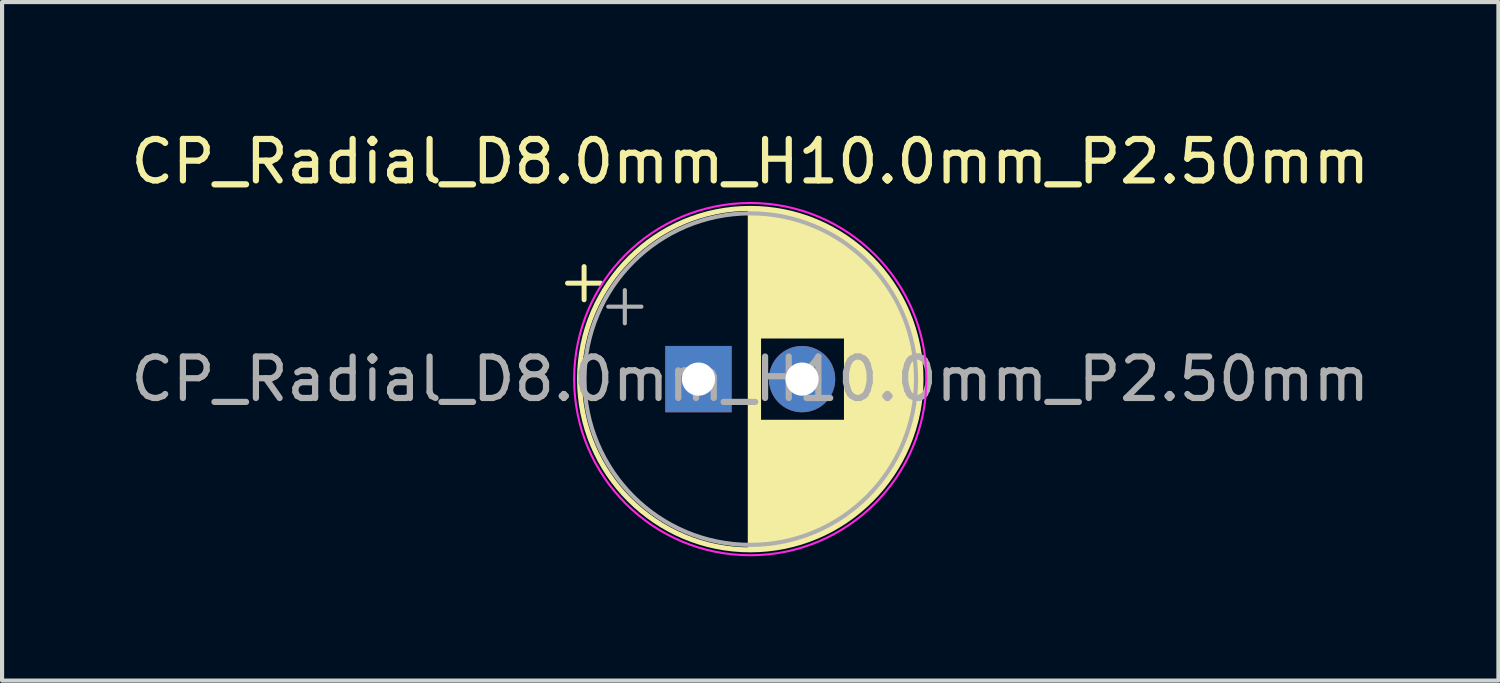
<source format=kicad_pcb>
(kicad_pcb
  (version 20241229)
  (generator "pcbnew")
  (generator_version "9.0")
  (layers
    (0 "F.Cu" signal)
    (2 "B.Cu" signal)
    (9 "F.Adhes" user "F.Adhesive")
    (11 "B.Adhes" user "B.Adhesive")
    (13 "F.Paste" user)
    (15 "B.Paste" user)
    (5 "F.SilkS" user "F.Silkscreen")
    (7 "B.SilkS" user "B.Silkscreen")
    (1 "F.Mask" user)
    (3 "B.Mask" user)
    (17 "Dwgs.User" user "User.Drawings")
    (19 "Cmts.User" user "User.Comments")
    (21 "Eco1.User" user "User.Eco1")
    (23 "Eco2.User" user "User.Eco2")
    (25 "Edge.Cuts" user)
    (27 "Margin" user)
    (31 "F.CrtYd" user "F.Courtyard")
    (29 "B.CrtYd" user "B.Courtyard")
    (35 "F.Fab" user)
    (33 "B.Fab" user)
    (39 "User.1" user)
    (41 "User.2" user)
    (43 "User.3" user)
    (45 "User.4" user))
  (footprint "CP_Radial_D8.0mm_H10.0mm_P2.50mm"
    (layer "F.Cu")
    (at 13.804 6.098)
    (property "Reference" "CP_Radial_D8.0mm_H10.0mm_P2.50mm" (at 1.25 -5.25 0) (layer "F.SilkS") (effects (font (size 1 1) (thickness 0.15))))
    (attr through_hole)
    (fp_line (start -3.16 -2.315) (end -2.36 -2.315) (stroke (width 0.12) (type solid)) (layer "F.SilkS"))
    (fp_line (start -2.76 -2.715) (end -2.76 -1.915) (stroke (width 0.12) (type solid)) (layer "F.SilkS"))
    (fp_line (start 1.25 -4.08) (end 1.25 4.08) (stroke (width 0.12) (type solid)) (layer "F.SilkS"))
    (fp_line (start 1.29 -4.08) (end 1.29 4.08) (stroke (width 0.12) (type solid)) (layer "F.SilkS"))
    (fp_line (start 1.33 -4.08) (end 1.33 4.08) (stroke (width 0.12) (type solid)) (layer "F.SilkS"))
    (fp_line (start 1.37 -4.079) (end 1.37 4.079) (stroke (width 0.12) (type solid)) (layer "F.SilkS"))
    (fp_line (start 1.41 -4.077) (end 1.41 4.077) (stroke (width 0.12) (type solid)) (layer "F.SilkS"))
    (fp_line (start 1.45 -4.076) (end 1.45 4.076) (stroke (width 0.12) (type solid)) (layer "F.SilkS"))
    (fp_line (start 1.49 -4.074) (end 1.49 -1.04) (stroke (width 0.12) (type solid)) (layer "F.SilkS"))
    (fp_line (start 1.49 1.04) (end 1.49 4.074) (stroke (width 0.12) (type solid)) (layer "F.SilkS"))
    (fp_line (start 1.53 -4.071) (end 1.53 -1.04) (stroke (width 0.12) (type solid)) (layer "F.SilkS"))
    (fp_line (start 1.53 1.04) (end 1.53 4.071) (stroke (width 0.12) (type solid)) (layer "F.SilkS"))
    (fp_line (start 1.57 -4.068) (end 1.57 -1.04) (stroke (width 0.12) (type solid)) (layer "F.SilkS"))
    (fp_line (start 1.57 1.04) (end 1.57 4.068) (stroke (width 0.12) (type solid)) (layer "F.SilkS"))
    (fp_line (start 1.61 -4.065) (end 1.61 -1.04) (stroke (width 0.12) (type solid)) (layer "F.SilkS"))
    (fp_line (start 1.61 1.04) (end 1.61 4.065) (stroke (width 0.12) (type solid)) (layer "F.SilkS"))
    (fp_line (start 1.65 -4.061) (end 1.65 -1.04) (stroke (width 0.12) (type solid)) (layer "F.SilkS"))
    (fp_line (start 1.65 1.04) (end 1.65 4.061) (stroke (width 0.12) (type solid)) (layer "F.SilkS"))
    (fp_line (start 1.69 -4.057) (end 1.69 -1.04) (stroke (width 0.12) (type solid)) (layer "F.SilkS"))
    (fp_line (start 1.69 1.04) (end 1.69 4.057) (stroke (width 0.12) (type solid)) (layer "F.SilkS"))
    (fp_line (start 1.73 -4.052) (end 1.73 -1.04) (stroke (width 0.12) (type solid)) (layer "F.SilkS"))
    (fp_line (start 1.73 1.04) (end 1.73 4.052) (stroke (width 0.12) (type solid)) (layer "F.SilkS"))
    (fp_line (start 1.77 -4.048) (end 1.77 -1.04) (stroke (width 0.12) (type solid)) (layer "F.SilkS"))
    (fp_line (start 1.77 1.04) (end 1.77 4.048) (stroke (width 0.12) (type solid)) (layer "F.SilkS"))
    (fp_line (start 1.81 -4.042) (end 1.81 -1.04) (stroke (width 0.12) (type solid)) (layer "F.SilkS"))
    (fp_line (start 1.81 1.04) (end 1.81 4.042) (stroke (width 0.12) (type solid)) (layer "F.SilkS"))
    (fp_line (start 1.85 -4.037) (end 1.85 -1.04) (stroke (width 0.12) (type solid)) (layer "F.SilkS"))
    (fp_line (start 1.85 1.04) (end 1.85 4.037) (stroke (width 0.12) (type solid)) (layer "F.SilkS"))
    (fp_line (start 1.89 -4.03) (end 1.89 -1.04) (stroke (width 0.12) (type solid)) (layer "F.SilkS"))
    (fp_line (start 1.89 1.04) (end 1.89 4.03) (stroke (width 0.12) (type solid)) (layer "F.SilkS"))
    (fp_line (start 1.93 -4.024) (end 1.93 -1.04) (stroke (width 0.12) (type solid)) (layer "F.SilkS"))
    (fp_line (start 1.93 1.04) (end 1.93 4.024) (stroke (width 0.12) (type solid)) (layer "F.SilkS"))
    (fp_line (start 1.971 -4.017) (end 1.971 -1.04) (stroke (width 0.12) (type solid)) (layer "F.SilkS"))
    (fp_line (start 1.971 1.04) (end 1.971 4.017) (stroke (width 0.12) (type solid)) (layer "F.SilkS"))
    (fp_line (start 2.011 -4.01) (end 2.011 -1.04) (stroke (width 0.12) (type solid)) (layer "F.SilkS"))
    (fp_line (start 2.011 1.04) (end 2.011 4.01) (stroke (width 0.12) (type solid)) (layer "F.SilkS"))
    (fp_line (start 2.051 -4.002) (end 2.051 -1.04) (stroke (width 0.12) (type solid)) (layer "F.SilkS"))
    (fp_line (start 2.051 1.04) (end 2.051 4.002) (stroke (width 0.12) (type solid)) (layer "F.SilkS"))
    (fp_line (start 2.091 -3.994) (end 2.091 -1.04) (stroke (width 0.12) (type solid)) (layer "F.SilkS"))
    (fp_line (start 2.091 1.04) (end 2.091 3.994) (stroke (width 0.12) (type solid)) (layer "F.SilkS"))
    (fp_line (start 2.131 -3.985) (end 2.131 -1.04) (stroke (width 0.12) (type solid)) (layer "F.SilkS"))
    (fp_line (start 2.131 1.04) (end 2.131 3.985) (stroke (width 0.12) (type solid)) (layer "F.SilkS"))
    (fp_line (start 2.171 -3.976) (end 2.171 -1.04) (stroke (width 0.12) (type solid)) (layer "F.SilkS"))
    (fp_line (start 2.171 1.04) (end 2.171 3.976) (stroke (width 0.12) (type solid)) (layer "F.SilkS"))
    (fp_line (start 2.211 -3.967) (end 2.211 -1.04) (stroke (width 0.12) (type solid)) (layer "F.SilkS"))
    (fp_line (start 2.211 1.04) (end 2.211 3.967) (stroke (width 0.12) (type solid)) (layer "F.SilkS"))
    (fp_line (start 2.251 -3.957) (end 2.251 -1.04) (stroke (width 0.12) (type solid)) (layer "F.SilkS"))
    (fp_line (start 2.251 1.04) (end 2.251 3.957) (stroke (width 0.12) (type solid)) (layer "F.SilkS"))
    (fp_line (start 2.291 -3.947) (end 2.291 -1.04) (stroke (width 0.12) (type solid)) (layer "F.SilkS"))
    (fp_line (start 2.291 1.04) (end 2.291 3.947) (stroke (width 0.12) (type solid)) (layer "F.SilkS"))
    (fp_line (start 2.331 -3.936) (end 2.331 -1.04) (stroke (width 0.12) (type solid)) (layer "F.SilkS"))
    (fp_line (start 2.331 1.04) (end 2.331 3.936) (stroke (width 0.12) (type solid)) (layer "F.SilkS"))
    (fp_line (start 2.371 -3.925) (end 2.371 -1.04) (stroke (width 0.12) (type solid)) (layer "F.SilkS"))
    (fp_line (start 2.371 1.04) (end 2.371 3.925) (stroke (width 0.12) (type solid)) (layer "F.SilkS"))
    (fp_line (start 2.411 -3.914) (end 2.411 -1.04) (stroke (width 0.12) (type solid)) (layer "F.SilkS"))
    (fp_line (start 2.411 1.04) (end 2.411 3.914) (stroke (width 0.12) (type solid)) (layer "F.SilkS"))
    (fp_line (start 2.451 -3.902) (end 2.451 -1.04) (stroke (width 0.12) (type solid)) (layer "F.SilkS"))
    (fp_line (start 2.451 1.04) (end 2.451 3.902) (stroke (width 0.12) (type solid)) (layer "F.SilkS"))
    (fp_line (start 2.491 -3.889) (end 2.491 -1.04) (stroke (width 0.12) (type solid)) (layer "F.SilkS"))
    (fp_line (start 2.491 1.04) (end 2.491 3.889) (stroke (width 0.12) (type solid)) (layer "F.SilkS"))
    (fp_line (start 2.531 -3.877) (end 2.531 -1.04) (stroke (width 0.12) (type solid)) (layer "F.SilkS"))
    (fp_line (start 2.531 1.04) (end 2.531 3.877) (stroke (width 0.12) (type solid)) (layer "F.SilkS"))
    (fp_line (start 2.571 -3.863) (end 2.571 -1.04) (stroke (width 0.12) (type solid)) (layer "F.SilkS"))
    (fp_line (start 2.571 1.04) (end 2.571 3.863) (stroke (width 0.12) (type solid)) (layer "F.SilkS"))
    (fp_line (start 2.611 -3.85) (end 2.611 -1.04) (stroke (width 0.12) (type solid)) (layer "F.SilkS"))
    (fp_line (start 2.611 1.04) (end 2.611 3.85) (stroke (width 0.12) (type solid)) (layer "F.SilkS"))
    (fp_line (start 2.651 -3.835) (end 2.651 -1.04) (stroke (width 0.12) (type solid)) (layer "F.SilkS"))
    (fp_line (start 2.651 1.04) (end 2.651 3.835) (stroke (width 0.12) (type solid)) (layer "F.SilkS"))
    (fp_line (start 2.691 -3.821) (end 2.691 -1.04) (stroke (width 0.12) (type solid)) (layer "F.SilkS"))
    (fp_line (start 2.691 1.04) (end 2.691 3.821) (stroke (width 0.12) (type solid)) (layer "F.SilkS"))
    (fp_line (start 2.731 -3.805) (end 2.731 -1.04) (stroke (width 0.12) (type solid)) (layer "F.SilkS"))
    (fp_line (start 2.731 1.04) (end 2.731 3.805) (stroke (width 0.12) (type solid)) (layer "F.SilkS"))
    (fp_line (start 2.771 -3.79) (end 2.771 -1.04) (stroke (width 0.12) (type solid)) (layer "F.SilkS"))
    (fp_line (start 2.771 1.04) (end 2.771 3.79) (stroke (width 0.12) (type solid)) (layer "F.SilkS"))
    (fp_line (start 2.811 -3.774) (end 2.811 -1.04) (stroke (width 0.12) (type solid)) (layer "F.SilkS"))
    (fp_line (start 2.811 1.04) (end 2.811 3.774) (stroke (width 0.12) (type solid)) (layer "F.SilkS"))
    (fp_line (start 2.851 -3.757) (end 2.851 -1.04) (stroke (width 0.12) (type solid)) (layer "F.SilkS"))
    (fp_line (start 2.851 1.04) (end 2.851 3.757) (stroke (width 0.12) (type solid)) (layer "F.SilkS"))
    (fp_line (start 2.891 -3.74) (end 2.891 -1.04) (stroke (width 0.12) (type solid)) (layer "F.SilkS"))
    (fp_line (start 2.891 1.04) (end 2.891 3.74) (stroke (width 0.12) (type solid)) (layer "F.SilkS"))
    (fp_line (start 2.931 -3.722) (end 2.931 -1.04) (stroke (width 0.12) (type solid)) (layer "F.SilkS"))
    (fp_line (start 2.931 1.04) (end 2.931 3.722) (stroke (width 0.12) (type solid)) (layer "F.SilkS"))
    (fp_line (start 2.971 -3.704) (end 2.971 -1.04) (stroke (width 0.12) (type solid)) (layer "F.SilkS"))
    (fp_line (start 2.971 1.04) (end 2.971 3.704) (stroke (width 0.12) (type solid)) (layer "F.SilkS"))
    (fp_line (start 3.011 -3.686) (end 3.011 -1.04) (stroke (width 0.12) (type solid)) (layer "F.SilkS"))
    (fp_line (start 3.011 1.04) (end 3.011 3.686) (stroke (width 0.12) (type solid)) (layer "F.SilkS"))
    (fp_line (start 3.051 -3.666) (end 3.051 -1.04) (stroke (width 0.12) (type solid)) (layer "F.SilkS"))
    (fp_line (start 3.051 1.04) (end 3.051 3.666) (stroke (width 0.12) (type solid)) (layer "F.SilkS"))
    (fp_line (start 3.091 -3.647) (end 3.091 -1.04) (stroke (width 0.12) (type solid)) (layer "F.SilkS"))
    (fp_line (start 3.091 1.04) (end 3.091 3.647) (stroke (width 0.12) (type solid)) (layer "F.SilkS"))
    (fp_line (start 3.131 -3.627) (end 3.131 -1.04) (stroke (width 0.12) (type solid)) (layer "F.SilkS"))
    (fp_line (start 3.131 1.04) (end 3.131 3.627) (stroke (width 0.12) (type solid)) (layer "F.SilkS"))
    (fp_line (start 3.171 -3.606) (end 3.171 -1.04) (stroke (width 0.12) (type solid)) (layer "F.SilkS"))
    (fp_line (start 3.171 1.04) (end 3.171 3.606) (stroke (width 0.12) (type solid)) (layer "F.SilkS"))
    (fp_line (start 3.211 -3.584) (end 3.211 -1.04) (stroke (width 0.12) (type solid)) (layer "F.SilkS"))
    (fp_line (start 3.211 1.04) (end 3.211 3.584) (stroke (width 0.12) (type solid)) (layer "F.SilkS"))
    (fp_line (start 3.251 -3.562) (end 3.251 -1.04) (stroke (width 0.12) (type solid)) (layer "F.SilkS"))
    (fp_line (start 3.251 1.04) (end 3.251 3.562) (stroke (width 0.12) (type solid)) (layer "F.SilkS"))
    (fp_line (start 3.291 -3.54) (end 3.291 -1.04) (stroke (width 0.12) (type solid)) (layer "F.SilkS"))
    (fp_line (start 3.291 1.04) (end 3.291 3.54) (stroke (width 0.12) (type solid)) (layer "F.SilkS"))
    (fp_line (start 3.331 -3.517) (end 3.331 -1.04) (stroke (width 0.12) (type solid)) (layer "F.SilkS"))
    (fp_line (start 3.331 1.04) (end 3.331 3.517) (stroke (width 0.12) (type solid)) (layer "F.SilkS"))
    (fp_line (start 3.371 -3.493) (end 3.371 -1.04) (stroke (width 0.12) (type solid)) (layer "F.SilkS"))
    (fp_line (start 3.371 1.04) (end 3.371 3.493) (stroke (width 0.12) (type solid)) (layer "F.SilkS"))
    (fp_line (start 3.411 -3.469) (end 3.411 -1.04) (stroke (width 0.12) (type solid)) (layer "F.SilkS"))
    (fp_line (start 3.411 1.04) (end 3.411 3.469) (stroke (width 0.12) (type solid)) (layer "F.SilkS"))
    (fp_line (start 3.451 -3.444) (end 3.451 -1.04) (stroke (width 0.12) (type solid)) (layer "F.SilkS"))
    (fp_line (start 3.451 1.04) (end 3.451 3.444) (stroke (width 0.12) (type solid)) (layer "F.SilkS"))
    (fp_line (start 3.491 -3.418) (end 3.491 -1.04) (stroke (width 0.12) (type solid)) (layer "F.SilkS"))
    (fp_line (start 3.491 1.04) (end 3.491 3.418) (stroke (width 0.12) (type solid)) (layer "F.SilkS"))
    (fp_line (start 3.531 -3.392) (end 3.531 -1.04) (stroke (width 0.12) (type solid)) (layer "F.SilkS"))
    (fp_line (start 3.531 1.04) (end 3.531 3.392) (stroke (width 0.12) (type solid)) (layer "F.SilkS"))
    (fp_line (start 3.571 -3.365) (end 3.571 3.365) (stroke (width 0.12) (type solid)) (layer "F.SilkS"))
    (fp_line (start 3.611 -3.338) (end 3.611 3.338) (stroke (width 0.12) (type solid)) (layer "F.SilkS"))
    (fp_line (start 3.651 -3.309) (end 3.651 3.309) (stroke (width 0.12) (type solid)) (layer "F.SilkS"))
    (fp_line (start 3.691 -3.28) (end 3.691 3.28) (stroke (width 0.12) (type solid)) (layer "F.SilkS"))
    (fp_line (start 3.731 -3.25) (end 3.731 3.25) (stroke (width 0.12) (type solid)) (layer "F.SilkS"))
    (fp_line (start 3.771 -3.22) (end 3.771 3.22) (stroke (width 0.12) (type solid)) (layer "F.SilkS"))
    (fp_line (start 3.811 -3.189) (end 3.811 3.189) (stroke (width 0.12) (type solid)) (layer "F.SilkS"))
    (fp_line (start 3.851 -3.156) (end 3.851 3.156) (stroke (width 0.12) (type solid)) (layer "F.SilkS"))
    (fp_line (start 3.891 -3.124) (end 3.891 3.124) (stroke (width 0.12) (type solid)) (layer "F.SilkS"))
    (fp_line (start 3.931 -3.09) (end 3.931 3.09) (stroke (width 0.12) (type solid)) (layer "F.SilkS"))
    (fp_line (start 3.971 -3.055) (end 3.971 3.055) (stroke (width 0.12) (type solid)) (layer "F.SilkS"))
    (fp_line (start 4.011 -3.019) (end 4.011 3.019) (stroke (width 0.12) (type solid)) (layer "F.SilkS"))
    (fp_line (start 4.051 -2.983) (end 4.051 2.983) (stroke (width 0.12) (type solid)) (layer "F.SilkS"))
    (fp_line (start 4.091 -2.945) (end 4.091 2.945) (stroke (width 0.12) (type solid)) (layer "F.SilkS"))
    (fp_line (start 4.131 -2.907) (end 4.131 2.907) (stroke (width 0.12) (type solid)) (layer "F.SilkS"))
    (fp_line (start 4.171 -2.867) (end 4.171 2.867) (stroke (width 0.12) (type solid)) (layer "F.SilkS"))
    (fp_line (start 4.211 -2.826) (end 4.211 2.826) (stroke (width 0.12) (type solid)) (layer "F.SilkS"))
    (fp_line (start 4.251 -2.784) (end 4.251 2.784) (stroke (width 0.12) (type solid)) (layer "F.SilkS"))
    (fp_line (start 4.291 -2.741) (end 4.291 2.741) (stroke (width 0.12) (type solid)) (layer "F.SilkS"))
    (fp_line (start 4.331 -2.697) (end 4.331 2.697) (stroke (width 0.12) (type solid)) (layer "F.SilkS"))
    (fp_line (start 4.371 -2.651) (end 4.371 2.651) (stroke (width 0.12) (type solid)) (layer "F.SilkS"))
    (fp_line (start 4.411 -2.604) (end 4.411 2.604) (stroke (width 0.12) (type solid)) (layer "F.SilkS"))
    (fp_line (start 4.451 -2.556) (end 4.451 2.556) (stroke (width 0.12) (type solid)) (layer "F.SilkS"))
    (fp_line (start 4.491 -2.505) (end 4.491 2.505) (stroke (width 0.12) (type solid)) (layer "F.SilkS"))
    (fp_line (start 4.531 -2.454) (end 4.531 2.454) (stroke (width 0.12) (type solid)) (layer "F.SilkS"))
    (fp_line (start 4.571 -2.4) (end 4.571 2.4) (stroke (width 0.12) (type solid)) (layer "F.SilkS"))
    (fp_line (start 4.611 -2.345) (end 4.611 2.345) (stroke (width 0.12) (type solid)) (layer "F.SilkS"))
    (fp_line (start 4.651 -2.287) (end 4.651 2.287) (stroke (width 0.12) (type solid)) (layer "F.SilkS"))
    (fp_line (start 4.691 -2.228) (end 4.691 2.228) (stroke (width 0.12) (type solid)) (layer "F.SilkS"))
    (fp_line (start 4.731 -2.166) (end 4.731 2.166) (stroke (width 0.12) (type solid)) (layer "F.SilkS"))
    (fp_line (start 4.771 -2.102) (end 4.771 2.102) (stroke (width 0.12) (type solid)) (layer "F.SilkS"))
    (fp_line (start 4.811 -2.034) (end 4.811 2.034) (stroke (width 0.12) (type solid)) (layer "F.SilkS"))
    (fp_line (start 4.851 -1.964) (end 4.851 1.964) (stroke (width 0.12) (type solid)) (layer "F.SilkS"))
    (fp_line (start 4.891 -1.89) (end 4.891 1.89) (stroke (width 0.12) (type solid)) (layer "F.SilkS"))
    (fp_line (start 4.931 -1.813) (end 4.931 1.813) (stroke (width 0.12) (type solid)) (layer "F.SilkS"))
    (fp_line (start 4.971 -1.731) (end 4.971 1.731) (stroke (width 0.12) (type solid)) (layer "F.SilkS"))
    (fp_line (start 5.011 -1.645) (end 5.011 1.645) (stroke (width 0.12) (type solid)) (layer "F.SilkS"))
    (fp_line (start 5.051 -1.552) (end 5.051 1.552) (stroke (width 0.12) (type solid)) (layer "F.SilkS"))
    (fp_line (start 5.091 -1.453) (end 5.091 1.453) (stroke (width 0.12) (type solid)) (layer "F.SilkS"))
    (fp_line (start 5.131 -1.346) (end 5.131 1.346) (stroke (width 0.12) (type solid)) (layer "F.SilkS"))
    (fp_line (start 5.171 -1.229) (end 5.171 1.229) (stroke (width 0.12) (type solid)) (layer "F.SilkS"))
    (fp_line (start 5.211 -1.098) (end 5.211 1.098) (stroke (width 0.12) (type solid)) (layer "F.SilkS"))
    (fp_line (start 5.251 -0.948) (end 5.251 0.948) (stroke (width 0.12) (type solid)) (layer "F.SilkS"))
    (fp_line (start 5.291 -0.768) (end 5.291 0.768) (stroke (width 0.12) (type solid)) (layer "F.SilkS"))
    (fp_line (start 5.331 -0.533) (end 5.331 0.533) (stroke (width 0.12) (type solid)) (layer "F.SilkS"))
    (fp_circle (center 1.25 0) (end 5.37 0) (stroke (width 0.12) (type solid)) (fill no) (layer "F.SilkS"))
    (fp_circle (center 1.25 0) (end 5.5 0) (stroke (width 0.05) (type solid)) (fill no) (layer "F.CrtYd"))
    (fp_line (start -2.177 -1.748) (end -1.377 -1.748) (stroke (width 0.1) (type solid)) (layer "F.Fab"))
    (fp_line (start -1.777 -2.147) (end -1.777 -1.347) (stroke (width 0.1) (type solid)) (layer "F.Fab"))
    (fp_circle (center 1.25 0) (end 5.25 0) (stroke (width 0.1) (type solid)) (fill no) (layer "F.Fab"))
    (fp_text user "${REFERENCE}" (at 1.25 0 0) (layer "F.Fab") (effects (font (size 1 1) (thickness 0.15))))
    (pad "1" thru_hole rect (at 0 0) (size 1.6 1.6) (drill 0.8) (layers "*.Cu" "*.Mask"))
    (pad "2" thru_hole circle (at 2.5 0) (size 1.6 1.6) (drill 0.8) (layers "*.Cu" "*.Mask")))
  (gr_rect
    (start -3 -3)
    (end 33.107 13.373)
    (stroke (width 0.1) (type default))
    (fill no)
    (layer "Edge.Cuts")))
</source>
